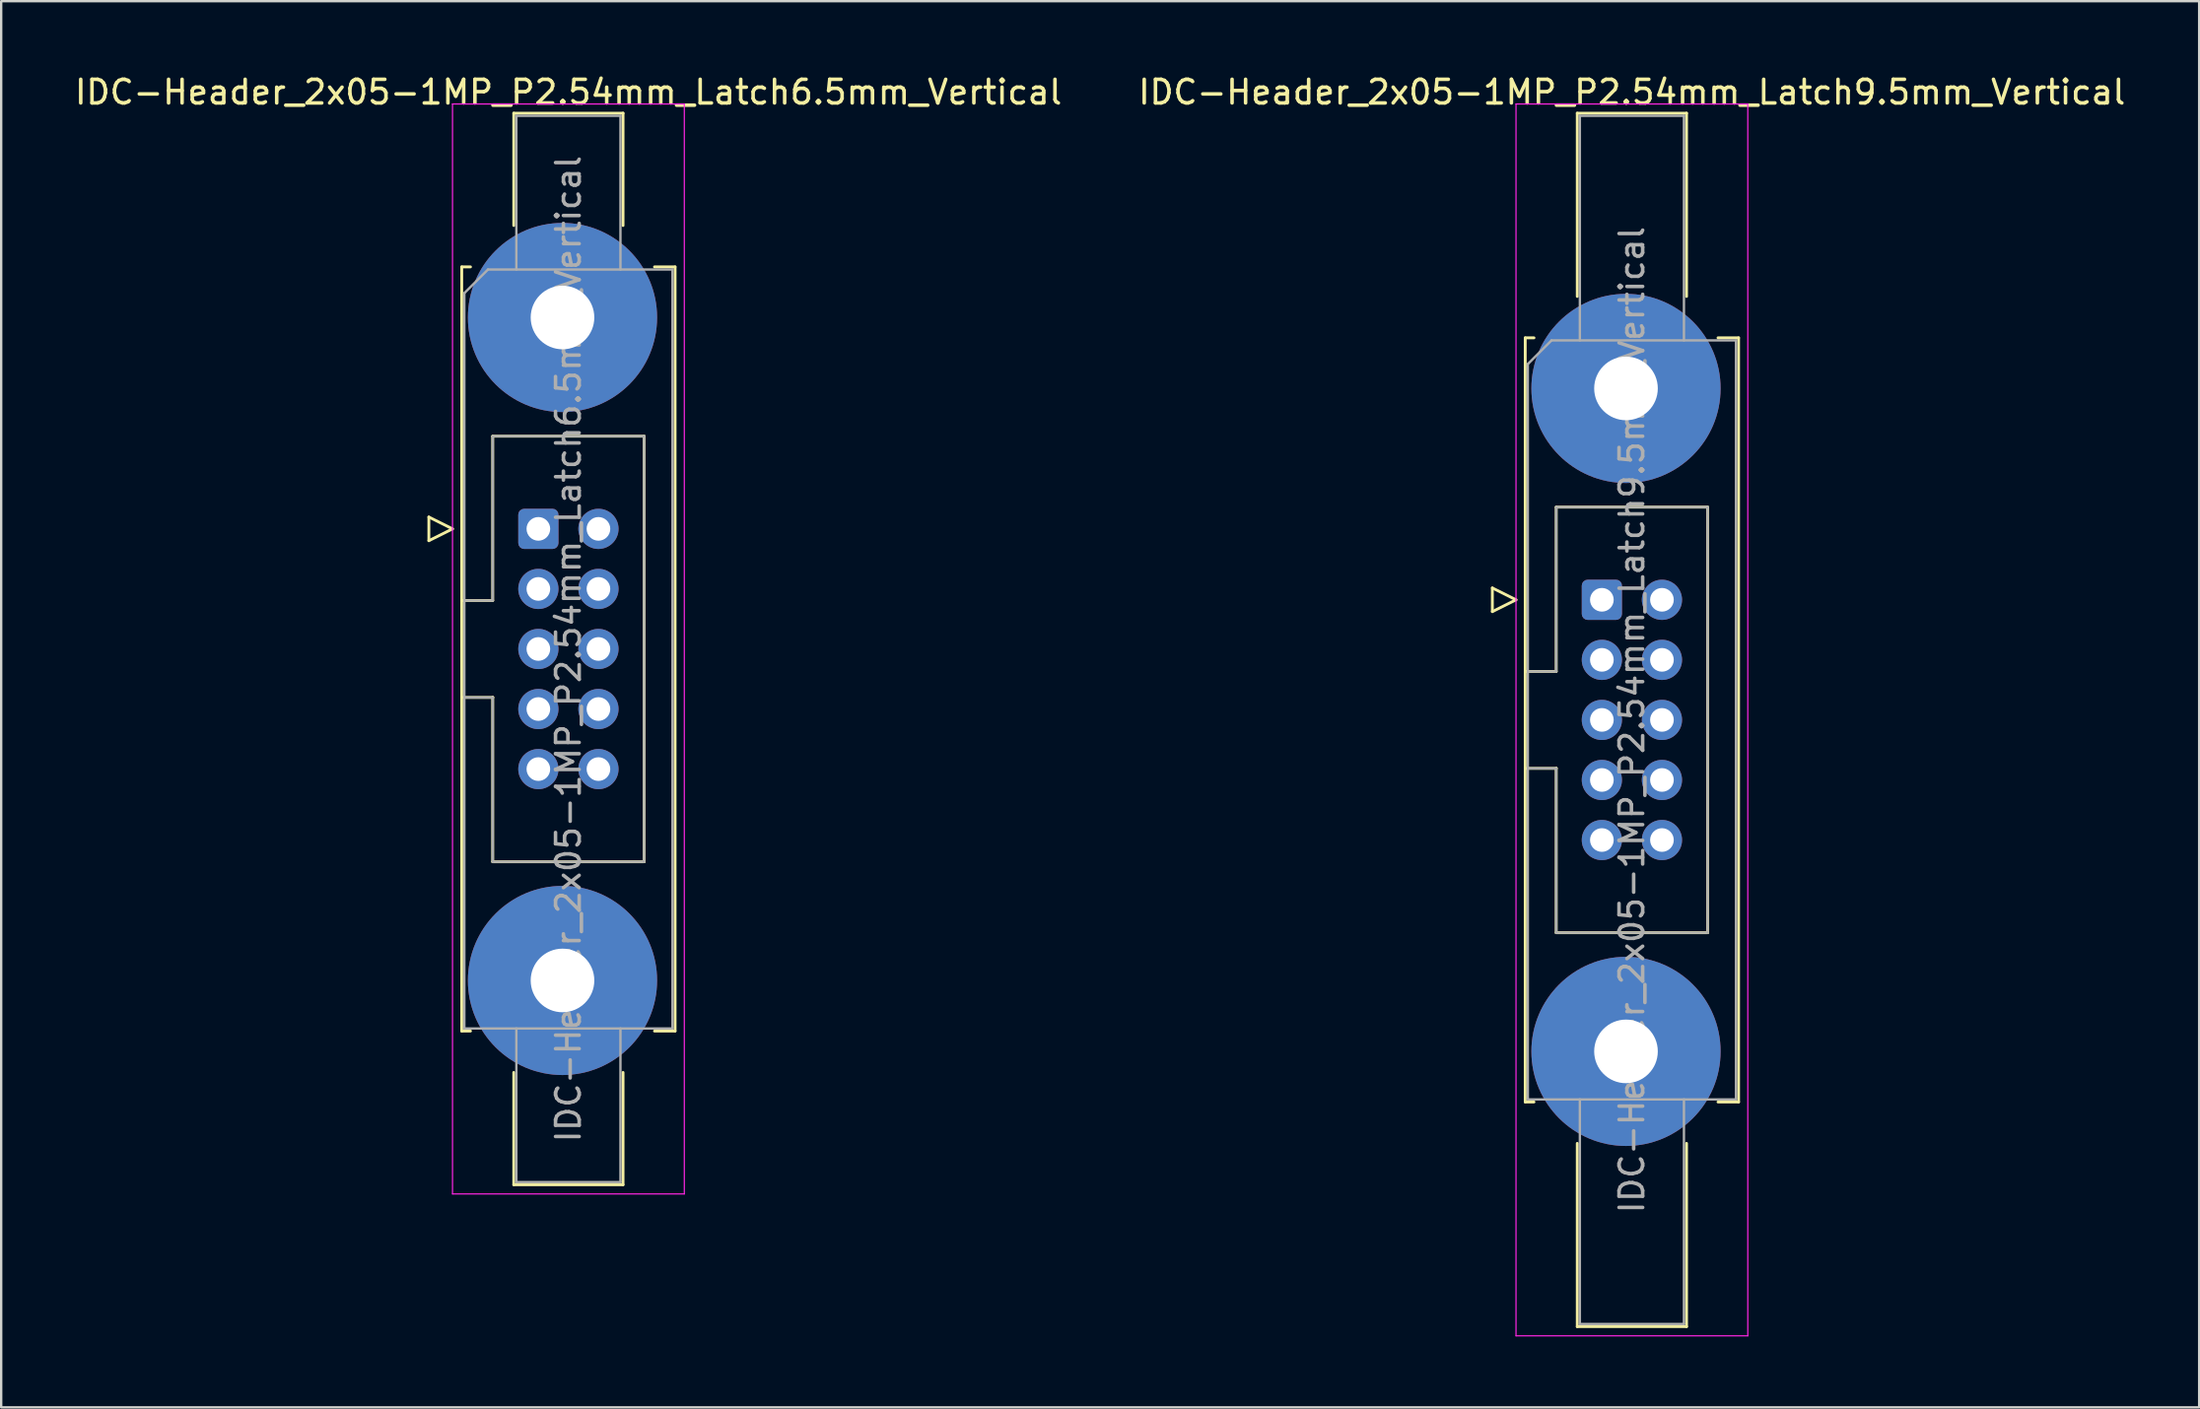
<source format=kicad_pcb>
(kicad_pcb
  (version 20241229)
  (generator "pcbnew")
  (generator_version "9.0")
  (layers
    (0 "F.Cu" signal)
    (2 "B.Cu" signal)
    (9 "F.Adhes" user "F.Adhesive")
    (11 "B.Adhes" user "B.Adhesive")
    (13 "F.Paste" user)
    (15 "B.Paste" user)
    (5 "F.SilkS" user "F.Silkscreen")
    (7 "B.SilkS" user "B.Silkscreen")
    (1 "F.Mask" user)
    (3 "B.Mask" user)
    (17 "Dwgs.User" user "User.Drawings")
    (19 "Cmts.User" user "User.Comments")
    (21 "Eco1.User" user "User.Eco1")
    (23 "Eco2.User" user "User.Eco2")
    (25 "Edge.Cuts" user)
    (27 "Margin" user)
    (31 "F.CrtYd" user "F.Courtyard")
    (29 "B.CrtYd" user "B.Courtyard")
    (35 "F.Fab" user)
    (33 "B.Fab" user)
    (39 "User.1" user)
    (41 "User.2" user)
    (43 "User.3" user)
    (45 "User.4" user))
  (footprint "IDC-Header_2x05-1MP_P2.54mm_Latch6.5mm_Vertical"
    (layer "F.Cu")
    (at 19.712 19.318)
    (property "Reference" "IDC-Header_2x05-1MP_P2.54mm_Latch6.5mm_Vertical" (at 1.27 -18.47 0) (layer "F.SilkS") (effects (font (size 1 1) (thickness 0.15))))
    (attr through_hole)
    (fp_line (start -4.63 -0.5) (end -4.63 0.5) (stroke (width 0.12) (type solid)) (layer "F.SilkS"))
    (fp_line (start -4.63 0.5) (end -3.63 0) (stroke (width 0.12) (type solid)) (layer "F.SilkS"))
    (fp_line (start -3.63 0) (end -4.63 -0.5) (stroke (width 0.12) (type solid)) (layer "F.SilkS"))
    (fp_line (start -3.24 -11.08) (end -3.24 21.24) (stroke (width 0.12) (type solid)) (layer "F.SilkS"))
    (fp_line (start -3.24 3.03) (end -1.93 3.03) (stroke (width 0.12) (type solid)) (layer "F.SilkS"))
    (fp_line (start -3.24 21.24) (end -2.87 21.24) (stroke (width 0.12) (type solid)) (layer "F.SilkS"))
    (fp_line (start -2.87 -11.08) (end -3.24 -11.08) (stroke (width 0.12) (type solid)) (layer "F.SilkS"))
    (fp_line (start -1.93 -3.92) (end 4.47 -3.92) (stroke (width 0.12) (type solid)) (layer "F.SilkS"))
    (fp_line (start -1.93 3.03) (end -1.93 -3.92) (stroke (width 0.12) (type solid)) (layer "F.SilkS"))
    (fp_line (start -1.93 7.13) (end -3.24 7.13) (stroke (width 0.12) (type solid)) (layer "F.SilkS"))
    (fp_line (start -1.93 7.13) (end -1.93 7.13) (stroke (width 0.12) (type solid)) (layer "F.SilkS"))
    (fp_line (start -1.93 14.08) (end -1.93 7.13) (stroke (width 0.12) (type solid)) (layer "F.SilkS"))
    (fp_line (start -1.04 -17.58) (end 3.58 -17.58) (stroke (width 0.12) (type solid)) (layer "F.SilkS"))
    (fp_line (start -1.04 -12.83) (end -1.04 -17.58) (stroke (width 0.12) (type solid)) (layer "F.SilkS"))
    (fp_line (start -1.04 22.99) (end -1.04 27.74) (stroke (width 0.12) (type solid)) (layer "F.SilkS"))
    (fp_line (start -1.04 27.74) (end 3.58 27.74) (stroke (width 0.12) (type solid)) (layer "F.SilkS"))
    (fp_line (start 3.58 -17.58) (end 3.58 -12.83) (stroke (width 0.12) (type solid)) (layer "F.SilkS"))
    (fp_line (start 3.58 27.74) (end 3.58 22.99) (stroke (width 0.12) (type solid)) (layer "F.SilkS"))
    (fp_line (start 4.47 -3.92) (end 4.47 14.08) (stroke (width 0.12) (type solid)) (layer "F.SilkS"))
    (fp_line (start 4.47 14.08) (end -1.93 14.08) (stroke (width 0.12) (type solid)) (layer "F.SilkS"))
    (fp_line (start 4.91 -11.08) (end 5.78 -11.08) (stroke (width 0.12) (type solid)) (layer "F.SilkS"))
    (fp_line (start 5.78 -11.08) (end 5.78 21.24) (stroke (width 0.12) (type solid)) (layer "F.SilkS"))
    (fp_line (start 5.78 21.24) (end 4.91 21.24) (stroke (width 0.12) (type solid)) (layer "F.SilkS"))
    (fp_line (start -3.63 -17.97) (end -3.63 28.13) (stroke (width 0.05) (type solid)) (layer "F.CrtYd"))
    (fp_line (start -3.63 28.13) (end 6.17 28.13) (stroke (width 0.05) (type solid)) (layer "F.CrtYd"))
    (fp_line (start 6.17 -17.97) (end -3.63 -17.97) (stroke (width 0.05) (type solid)) (layer "F.CrtYd"))
    (fp_line (start 6.17 28.13) (end 6.17 -17.97) (stroke (width 0.05) (type solid)) (layer "F.CrtYd"))
    (fp_line (start -3.13 -9.97) (end -2.13 -10.97) (stroke (width 0.1) (type solid)) (layer "F.Fab"))
    (fp_line (start -3.13 3.03) (end -1.93 3.03) (stroke (width 0.1) (type solid)) (layer "F.Fab"))
    (fp_line (start -3.13 21.13) (end -3.13 -9.97) (stroke (width 0.1) (type solid)) (layer "F.Fab"))
    (fp_line (start -2.13 -10.97) (end 5.67 -10.97) (stroke (width 0.1) (type solid)) (layer "F.Fab"))
    (fp_line (start -1.93 -3.92) (end 4.47 -3.92) (stroke (width 0.1) (type solid)) (layer "F.Fab"))
    (fp_line (start -1.93 3.03) (end -1.93 -3.92) (stroke (width 0.1) (type solid)) (layer "F.Fab"))
    (fp_line (start -1.93 7.13) (end -3.13 7.13) (stroke (width 0.1) (type solid)) (layer "F.Fab"))
    (fp_line (start -1.93 7.13) (end -1.93 7.13) (stroke (width 0.1) (type solid)) (layer "F.Fab"))
    (fp_line (start -1.93 14.08) (end -1.93 7.13) (stroke (width 0.1) (type solid)) (layer "F.Fab"))
    (fp_line (start -0.93 -17.47) (end 3.47 -17.47) (stroke (width 0.1) (type solid)) (layer "F.Fab"))
    (fp_line (start -0.93 -10.97) (end -0.93 -17.47) (stroke (width 0.1) (type solid)) (layer "F.Fab"))
    (fp_line (start -0.93 21.13) (end -0.93 27.63) (stroke (width 0.1) (type solid)) (layer "F.Fab"))
    (fp_line (start -0.93 27.63) (end 3.47 27.63) (stroke (width 0.1) (type solid)) (layer "F.Fab"))
    (fp_line (start 3.47 -17.47) (end 3.47 -10.97) (stroke (width 0.1) (type solid)) (layer "F.Fab"))
    (fp_line (start 3.47 27.63) (end 3.47 21.13) (stroke (width 0.1) (type solid)) (layer "F.Fab"))
    (fp_line (start 4.47 -3.92) (end 4.47 14.08) (stroke (width 0.1) (type solid)) (layer "F.Fab"))
    (fp_line (start 4.47 14.08) (end -1.93 14.08) (stroke (width 0.1) (type solid)) (layer "F.Fab"))
    (fp_line (start 5.67 -10.97) (end 5.67 21.13) (stroke (width 0.1) (type solid)) (layer "F.Fab"))
    (fp_line (start 5.67 21.13) (end -3.13 21.13) (stroke (width 0.1) (type solid)) (layer "F.Fab"))
    (fp_text user "${REFERENCE}" (at 1.27 5.08 90) (layer "F.Fab") (effects (font (size 1 1) (thickness 0.15))))
    (pad "1" thru_hole roundrect (at 0 0) (size 1.7 1.7) (drill 1) (layers "*.Cu" "*.Mask") (roundrect_rratio 0.147))
    (pad "2" thru_hole circle (at 2.54 0) (size 1.7 1.7) (drill 1) (layers "*.Cu" "*.Mask"))
    (pad "3" thru_hole circle (at 0 2.54) (size 1.7 1.7) (drill 1) (layers "*.Cu" "*.Mask"))
    (pad "4" thru_hole circle (at 2.54 2.54) (size 1.7 1.7) (drill 1) (layers "*.Cu" "*.Mask"))
    (pad "5" thru_hole circle (at 0 5.08) (size 1.7 1.7) (drill 1) (layers "*.Cu" "*.Mask"))
    (pad "6" thru_hole circle (at 2.54 5.08) (size 1.7 1.7) (drill 1) (layers "*.Cu" "*.Mask"))
    (pad "7" thru_hole circle (at 0 7.62) (size 1.7 1.7) (drill 1) (layers "*.Cu" "*.Mask"))
    (pad "8" thru_hole circle (at 2.54 7.62) (size 1.7 1.7) (drill 1) (layers "*.Cu" "*.Mask"))
    (pad "9" thru_hole circle (at 0 10.16) (size 1.7 1.7) (drill 1) (layers "*.Cu" "*.Mask"))
    (pad "10" thru_hole circle (at 2.54 10.16) (size 1.7 1.7) (drill 1) (layers "*.Cu" "*.Mask"))
    (pad "MP" thru_hole circle (at 1.02 -8.94) (size 8 8) (drill 2.69) (layers "*.Cu" "*.Mask"))
    (pad "MP" thru_hole circle (at 1.02 19.1) (size 8 8) (drill 2.69) (layers "*.Cu" "*.Mask")))
  (footprint "IDC-Header_2x05-1MP_P2.54mm_Latch9.5mm_Vertical"
    (layer "F.Cu")
    (at 64.676 22.318)
    (property "Reference" "IDC-Header_2x05-1MP_P2.54mm_Latch9.5mm_Vertical" (at 1.27 -21.47 0) (layer "F.SilkS") (effects (font (size 1 1) (thickness 0.15))))
    (attr through_hole)
    (fp_line (start -4.63 -0.5) (end -4.63 0.5) (stroke (width 0.12) (type solid)) (layer "F.SilkS"))
    (fp_line (start -4.63 0.5) (end -3.63 0) (stroke (width 0.12) (type solid)) (layer "F.SilkS"))
    (fp_line (start -3.63 0) (end -4.63 -0.5) (stroke (width 0.12) (type solid)) (layer "F.SilkS"))
    (fp_line (start -3.24 -11.08) (end -3.24 21.24) (stroke (width 0.12) (type solid)) (layer "F.SilkS"))
    (fp_line (start -3.24 3.03) (end -1.93 3.03) (stroke (width 0.12) (type solid)) (layer "F.SilkS"))
    (fp_line (start -3.24 21.24) (end -2.87 21.24) (stroke (width 0.12) (type solid)) (layer "F.SilkS"))
    (fp_line (start -2.87 -11.08) (end -3.24 -11.08) (stroke (width 0.12) (type solid)) (layer "F.SilkS"))
    (fp_line (start -1.93 -3.92) (end 4.47 -3.92) (stroke (width 0.12) (type solid)) (layer "F.SilkS"))
    (fp_line (start -1.93 3.03) (end -1.93 -3.92) (stroke (width 0.12) (type solid)) (layer "F.SilkS"))
    (fp_line (start -1.93 7.13) (end -3.24 7.13) (stroke (width 0.12) (type solid)) (layer "F.SilkS"))
    (fp_line (start -1.93 7.13) (end -1.93 7.13) (stroke (width 0.12) (type solid)) (layer "F.SilkS"))
    (fp_line (start -1.93 14.08) (end -1.93 7.13) (stroke (width 0.12) (type solid)) (layer "F.SilkS"))
    (fp_line (start -1.04 -20.58) (end 3.58 -20.58) (stroke (width 0.12) (type solid)) (layer "F.SilkS"))
    (fp_line (start -1.04 -12.83) (end -1.04 -20.58) (stroke (width 0.12) (type solid)) (layer "F.SilkS"))
    (fp_line (start -1.04 22.99) (end -1.04 30.74) (stroke (width 0.12) (type solid)) (layer "F.SilkS"))
    (fp_line (start -1.04 30.74) (end 3.58 30.74) (stroke (width 0.12) (type solid)) (layer "F.SilkS"))
    (fp_line (start 3.58 -20.58) (end 3.58 -12.83) (stroke (width 0.12) (type solid)) (layer "F.SilkS"))
    (fp_line (start 3.58 30.74) (end 3.58 22.99) (stroke (width 0.12) (type solid)) (layer "F.SilkS"))
    (fp_line (start 4.47 -3.92) (end 4.47 14.08) (stroke (width 0.12) (type solid)) (layer "F.SilkS"))
    (fp_line (start 4.47 14.08) (end -1.93 14.08) (stroke (width 0.12) (type solid)) (layer "F.SilkS"))
    (fp_line (start 4.91 -11.08) (end 5.78 -11.08) (stroke (width 0.12) (type solid)) (layer "F.SilkS"))
    (fp_line (start 5.78 -11.08) (end 5.78 21.24) (stroke (width 0.12) (type solid)) (layer "F.SilkS"))
    (fp_line (start 5.78 21.24) (end 4.91 21.24) (stroke (width 0.12) (type solid)) (layer "F.SilkS"))
    (fp_line (start -3.63 -20.97) (end -3.63 31.13) (stroke (width 0.05) (type solid)) (layer "F.CrtYd"))
    (fp_line (start -3.63 31.13) (end 6.17 31.13) (stroke (width 0.05) (type solid)) (layer "F.CrtYd"))
    (fp_line (start 6.17 -20.97) (end -3.63 -20.97) (stroke (width 0.05) (type solid)) (layer "F.CrtYd"))
    (fp_line (start 6.17 31.13) (end 6.17 -20.97) (stroke (width 0.05) (type solid)) (layer "F.CrtYd"))
    (fp_line (start -3.13 -9.97) (end -2.13 -10.97) (stroke (width 0.1) (type solid)) (layer "F.Fab"))
    (fp_line (start -3.13 3.03) (end -1.93 3.03) (stroke (width 0.1) (type solid)) (layer "F.Fab"))
    (fp_line (start -3.13 21.13) (end -3.13 -9.97) (stroke (width 0.1) (type solid)) (layer "F.Fab"))
    (fp_line (start -2.13 -10.97) (end 5.67 -10.97) (stroke (width 0.1) (type solid)) (layer "F.Fab"))
    (fp_line (start -1.93 -3.92) (end 4.47 -3.92) (stroke (width 0.1) (type solid)) (layer "F.Fab"))
    (fp_line (start -1.93 3.03) (end -1.93 -3.92) (stroke (width 0.1) (type solid)) (layer "F.Fab"))
    (fp_line (start -1.93 7.13) (end -3.13 7.13) (stroke (width 0.1) (type solid)) (layer "F.Fab"))
    (fp_line (start -1.93 7.13) (end -1.93 7.13) (stroke (width 0.1) (type solid)) (layer "F.Fab"))
    (fp_line (start -1.93 14.08) (end -1.93 7.13) (stroke (width 0.1) (type solid)) (layer "F.Fab"))
    (fp_line (start -0.93 -20.47) (end 3.47 -20.47) (stroke (width 0.1) (type solid)) (layer "F.Fab"))
    (fp_line (start -0.93 -10.97) (end -0.93 -20.47) (stroke (width 0.1) (type solid)) (layer "F.Fab"))
    (fp_line (start -0.93 21.13) (end -0.93 30.63) (stroke (width 0.1) (type solid)) (layer "F.Fab"))
    (fp_line (start -0.93 30.63) (end 3.47 30.63) (stroke (width 0.1) (type solid)) (layer "F.Fab"))
    (fp_line (start 3.47 -20.47) (end 3.47 -10.97) (stroke (width 0.1) (type solid)) (layer "F.Fab"))
    (fp_line (start 3.47 30.63) (end 3.47 21.13) (stroke (width 0.1) (type solid)) (layer "F.Fab"))
    (fp_line (start 4.47 -3.92) (end 4.47 14.08) (stroke (width 0.1) (type solid)) (layer "F.Fab"))
    (fp_line (start 4.47 14.08) (end -1.93 14.08) (stroke (width 0.1) (type solid)) (layer "F.Fab"))
    (fp_line (start 5.67 -10.97) (end 5.67 21.13) (stroke (width 0.1) (type solid)) (layer "F.Fab"))
    (fp_line (start 5.67 21.13) (end -3.13 21.13) (stroke (width 0.1) (type solid)) (layer "F.Fab"))
    (fp_text user "${REFERENCE}" (at 1.27 5.08 90) (layer "F.Fab") (effects (font (size 1 1) (thickness 0.15))))
    (pad "1" thru_hole roundrect (at 0 0) (size 1.7 1.7) (drill 1) (layers "*.Cu" "*.Mask") (roundrect_rratio 0.147))
    (pad "2" thru_hole circle (at 2.54 0) (size 1.7 1.7) (drill 1) (layers "*.Cu" "*.Mask"))
    (pad "3" thru_hole circle (at 0 2.54) (size 1.7 1.7) (drill 1) (layers "*.Cu" "*.Mask"))
    (pad "4" thru_hole circle (at 2.54 2.54) (size 1.7 1.7) (drill 1) (layers "*.Cu" "*.Mask"))
    (pad "5" thru_hole circle (at 0 5.08) (size 1.7 1.7) (drill 1) (layers "*.Cu" "*.Mask"))
    (pad "6" thru_hole circle (at 2.54 5.08) (size 1.7 1.7) (drill 1) (layers "*.Cu" "*.Mask"))
    (pad "7" thru_hole circle (at 0 7.62) (size 1.7 1.7) (drill 1) (layers "*.Cu" "*.Mask"))
    (pad "8" thru_hole circle (at 2.54 7.62) (size 1.7 1.7) (drill 1) (layers "*.Cu" "*.Mask"))
    (pad "9" thru_hole circle (at 0 10.16) (size 1.7 1.7) (drill 1) (layers "*.Cu" "*.Mask"))
    (pad "10" thru_hole circle (at 2.54 10.16) (size 1.7 1.7) (drill 1) (layers "*.Cu" "*.Mask"))
    (pad "MP" thru_hole circle (at 1.02 -8.94) (size 8 8) (drill 2.69) (layers "*.Cu" "*.Mask"))
    (pad "MP" thru_hole circle (at 1.02 19.1) (size 8 8) (drill 2.69) (layers "*.Cu" "*.Mask")))
  (gr_rect
    (start -3 -3)
    (end 89.929 56.473)
    (stroke (width 0.1) (type default))
    (fill no)
    (layer "Edge.Cuts")))
</source>
